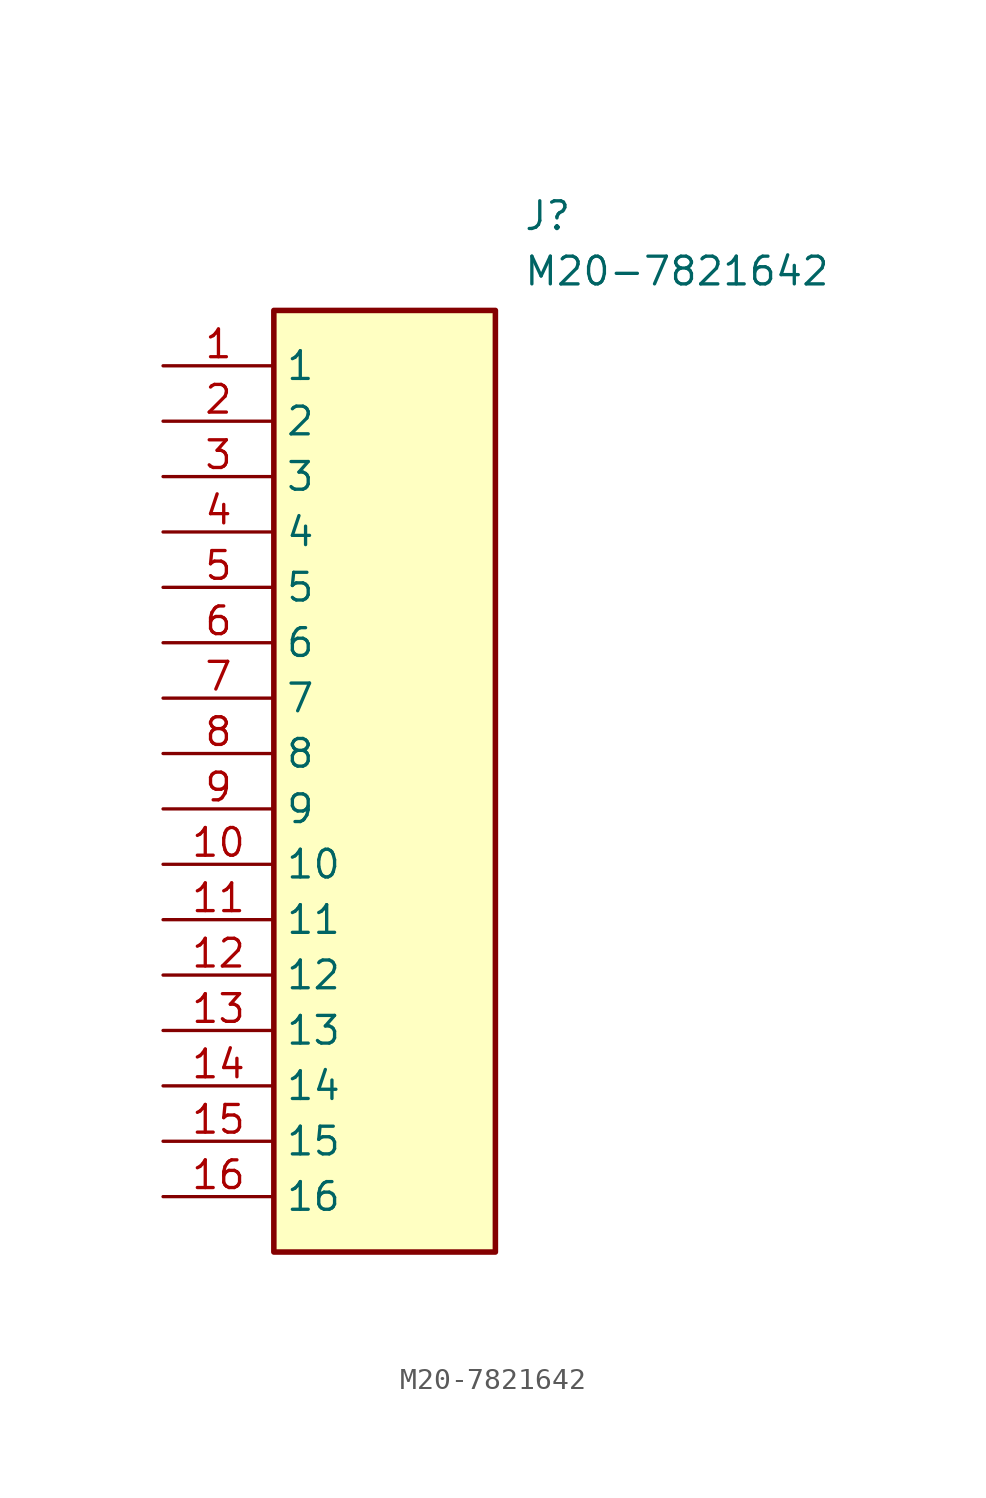
<source format=kicad_sym>
(kicad_symbol_lib
  (version 20211014)
  (generator SamacSys_ECAD_Model)
  (symbol "M20-7821642"
    (property "Reference" "J"
      (at 16.51 7.62 0)
      (effects (font (size 1.27 1.27)) (justify left top)))
    (property "Value" "M20-7821642"
      (at 16.51 5.08 0)
      (effects (font (size 1.27 1.27)) (justify left top)))
    (rectangle
      (start 5.08 2.54)
      (end 15.24 -40.64)
      (stroke (width 0.254) (type default))
      (fill (type background)))
    (pin passive line
      (at 0 0 0)
      (length 5.08)
      (name "1" (effects (font (size 1.27 1.27))))
      (number "1" (effects (font (size 1.27 1.27)))))
    (pin passive line
      (at 0 -2.54 0)
      (length 5.08)
      (name "2" (effects (font (size 1.27 1.27))))
      (number "2" (effects (font (size 1.27 1.27)))))
    (pin passive line
      (at 0 -5.08 0)
      (length 5.08)
      (name "3" (effects (font (size 1.27 1.27))))
      (number "3" (effects (font (size 1.27 1.27)))))
    (pin passive line
      (at 0 -7.62 0)
      (length 5.08)
      (name "4" (effects (font (size 1.27 1.27))))
      (number "4" (effects (font (size 1.27 1.27)))))
    (pin passive line
      (at 0 -10.16 0)
      (length 5.08)
      (name "5" (effects (font (size 1.27 1.27))))
      (number "5" (effects (font (size 1.27 1.27)))))
    (pin passive line
      (at 0 -12.7 0)
      (length 5.08)
      (name "6" (effects (font (size 1.27 1.27))))
      (number "6" (effects (font (size 1.27 1.27)))))
    (pin passive line
      (at 0 -15.24 0)
      (length 5.08)
      (name "7" (effects (font (size 1.27 1.27))))
      (number "7" (effects (font (size 1.27 1.27)))))
    (pin passive line
      (at 0 -17.78 0)
      (length 5.08)
      (name "8" (effects (font (size 1.27 1.27))))
      (number "8" (effects (font (size 1.27 1.27)))))
    (pin passive line
      (at 0 -20.32 0)
      (length 5.08)
      (name "9" (effects (font (size 1.27 1.27))))
      (number "9" (effects (font (size 1.27 1.27)))))
    (pin passive line
      (at 0 -22.86 0)
      (length 5.08)
      (name "10" (effects (font (size 1.27 1.27))))
      (number "10" (effects (font (size 1.27 1.27)))))
    (pin passive line
      (at 0 -25.4 0)
      (length 5.08)
      (name "11" (effects (font (size 1.27 1.27))))
      (number "11" (effects (font (size 1.27 1.27)))))
    (pin passive line
      (at 0 -27.94 0)
      (length 5.08)
      (name "12" (effects (font (size 1.27 1.27))))
      (number "12" (effects (font (size 1.27 1.27)))))
    (pin passive line
      (at 0 -30.48 0)
      (length 5.08)
      (name "13" (effects (font (size 1.27 1.27))))
      (number "13" (effects (font (size 1.27 1.27)))))
    (pin passive line
      (at 0 -33.02 0)
      (length 5.08)
      (name "14" (effects (font (size 1.27 1.27))))
      (number "14" (effects (font (size 1.27 1.27)))))
    (pin passive line
      (at 0 -35.56 0)
      (length 5.08)
      (name "15" (effects (font (size 1.27 1.27))))
      (number "15" (effects (font (size 1.27 1.27)))))
    (pin passive line
      (at 0 -38.1 0)
      (length 5.08)
      (name "16" (effects (font (size 1.27 1.27))))
      (number "16" (effects (font (size 1.27 1.27)))))))
</source>
